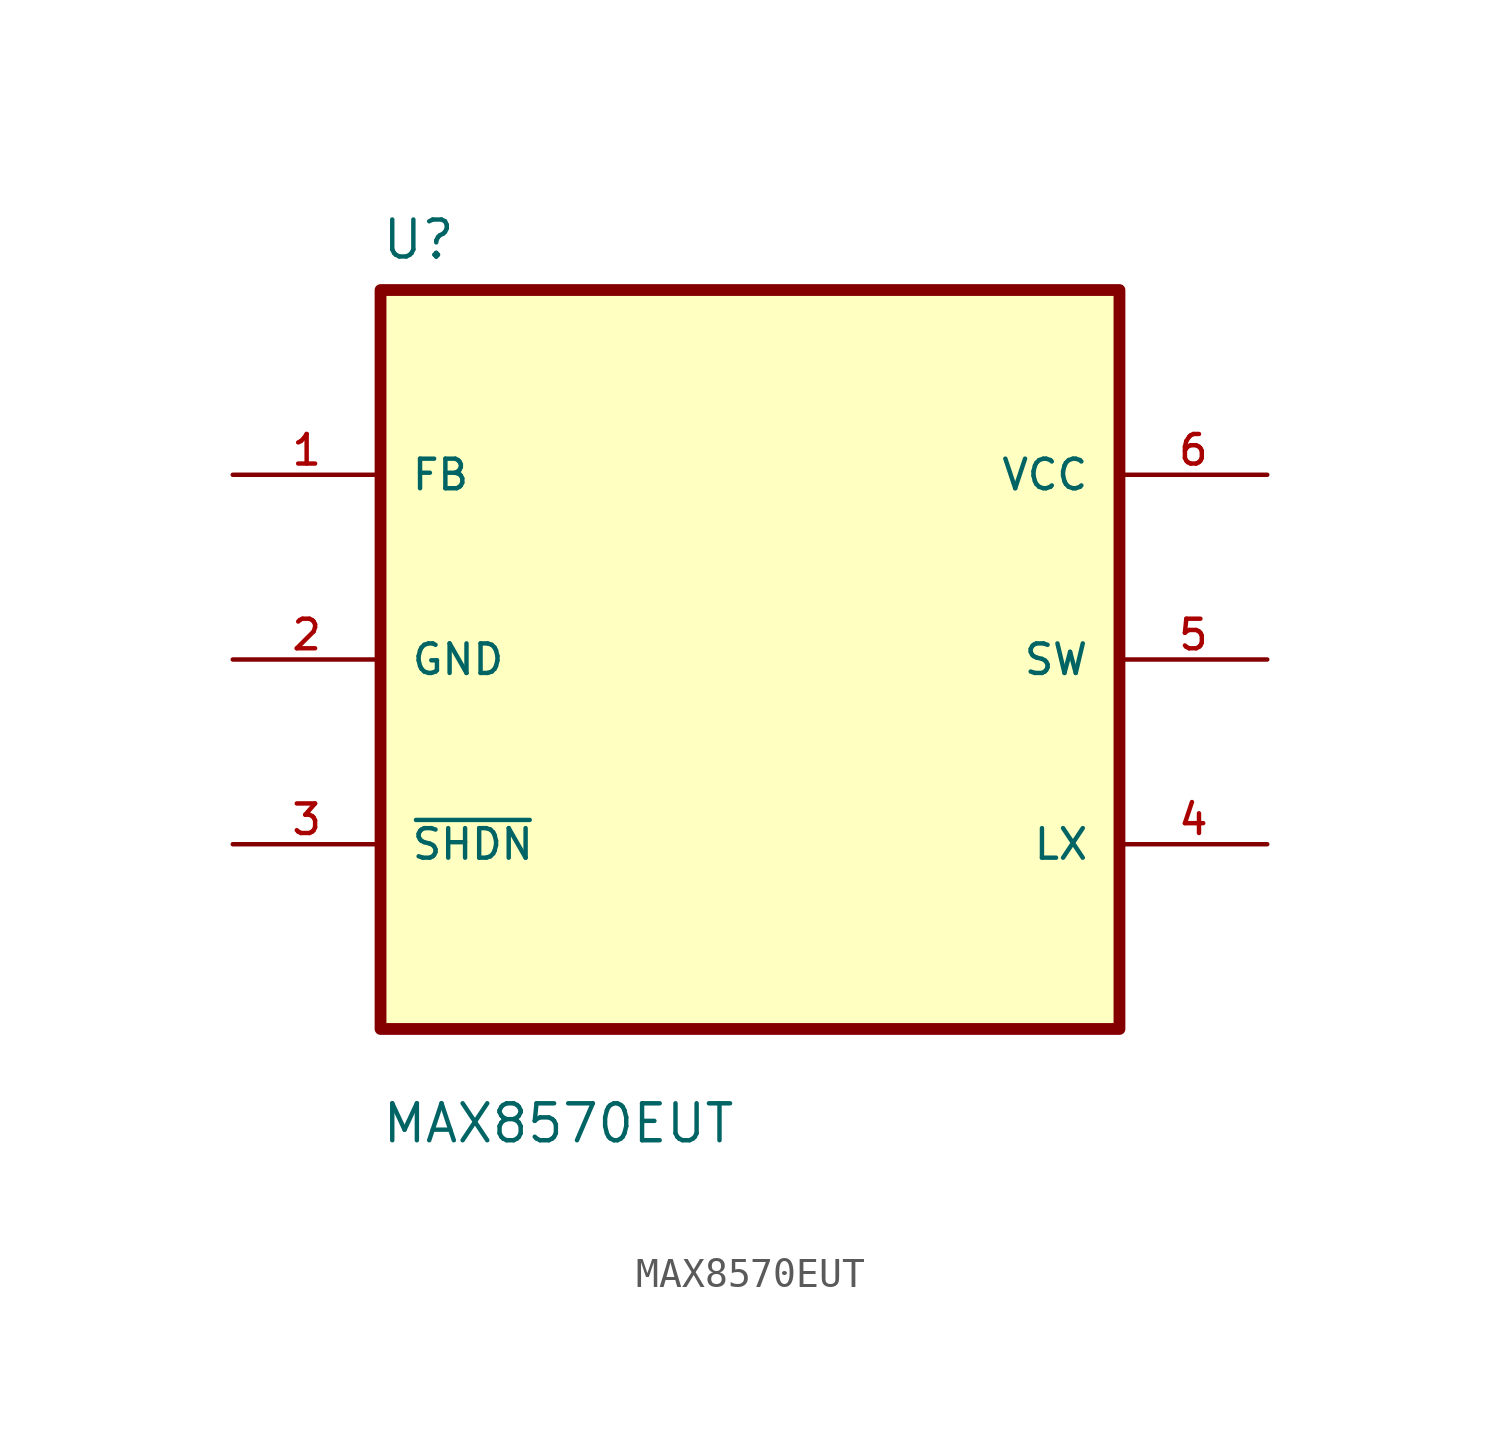
<source format=kicad_sym>
(kicad_symbol_lib
  (version 20241209)
  (generator "kicad_symbol_editor")
  (generator_version "9.0")
  (symbol "MAX8570EUT"
    (pin_names
      (offset 1.016))
    (property "Reference" "U"
      (at -12.7 13.691 0)
      (effects (font (size 1.27 1.27)) (justify left bottom)))
    (property "Value" "MAX8570EUT"
      (at -12.7 -16.688 0)
      (effects (font (size 1.27 1.27)) (justify left bottom)))
    (property "ki_locked" ""
      (at 0 0 0)
      (effects (font (size 1.27 1.27))))
    (symbol "MAX8570EUT_0_0"
      (rectangle (start -12.7 -12.7) (end 12.7 12.7) (stroke (width 0.406) (type solid)) (fill (type background)))
      (pin output line (at -17.78 6.35 0) (length 5.08) (name "FB" (effects (font (size 1.016 1.016)))) (number "1" (effects (font (size 1.016 1.016)))))
      (pin power_in line (at -17.78 0 0) (length 5.08) (name "GND" (effects (font (size 1.016 1.016)))) (number "2" (effects (font (size 1.016 1.016)))))
      (pin input line (at -17.78 -6.35 0) (length 5.08) (name "~{SHDN}" (effects (font (size 1.016 1.016)))) (number "3" (effects (font (size 1.016 1.016)))))
      (pin power_in line (at 17.78 6.35 180) (length 5.08) (name "VCC" (effects (font (size 1.016 1.016)))) (number "6" (effects (font (size 1.016 1.016)))))
      (pin output line (at 17.78 0 180) (length 5.08) (name "SW" (effects (font (size 1.016 1.016)))) (number "5" (effects (font (size 1.016 1.016)))))
      (pin bidirectional line (at 17.78 -6.35 180) (length 5.08) (name "LX" (effects (font (size 1.016 1.016)))) (number "4" (effects (font (size 1.016 1.016))))))))
</source>
